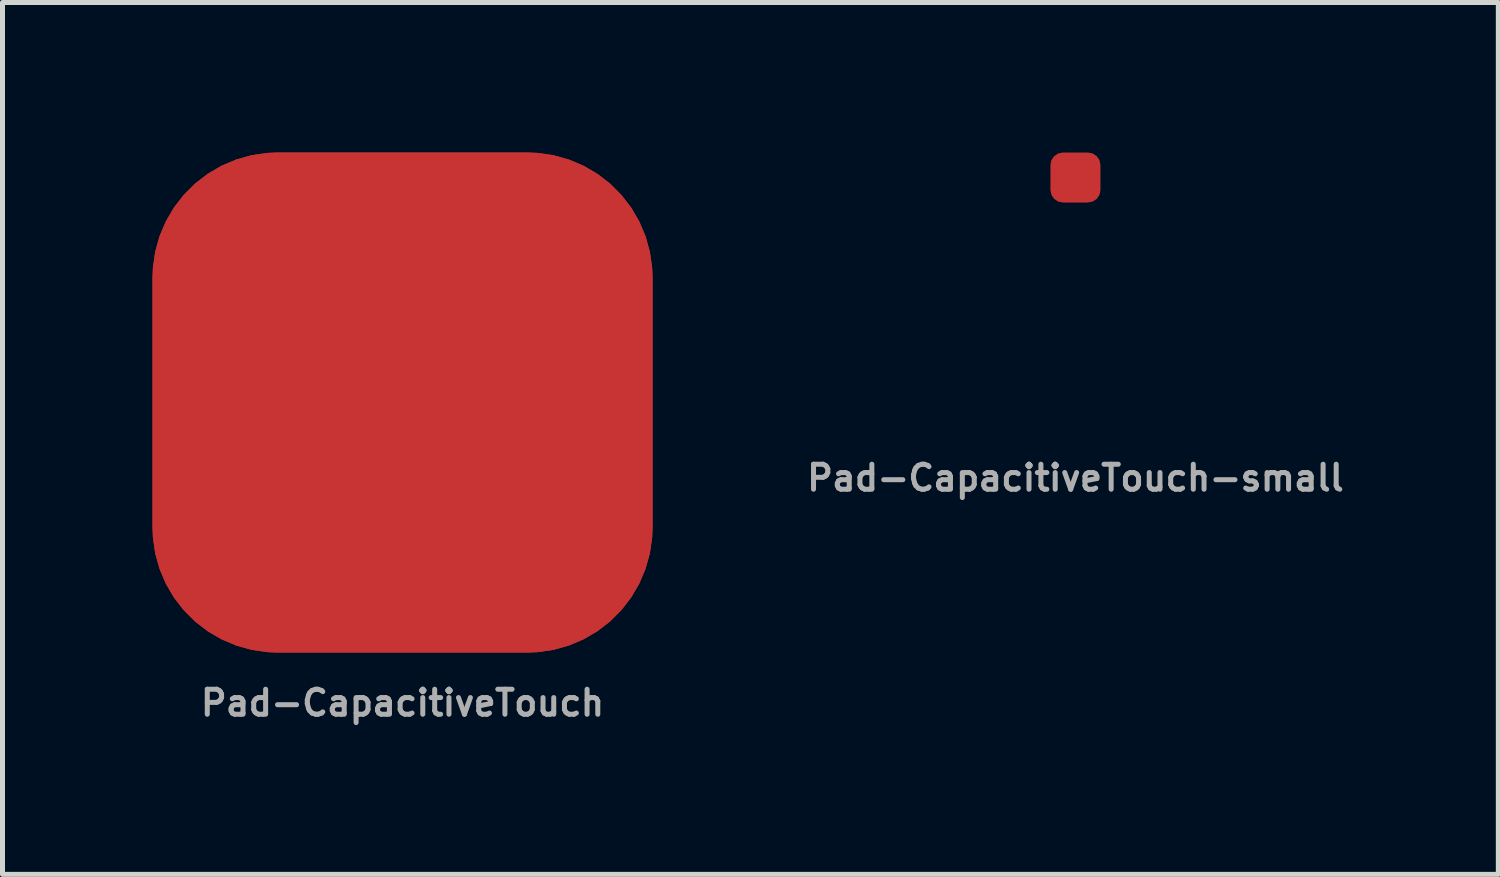
<source format=kicad_pcb>
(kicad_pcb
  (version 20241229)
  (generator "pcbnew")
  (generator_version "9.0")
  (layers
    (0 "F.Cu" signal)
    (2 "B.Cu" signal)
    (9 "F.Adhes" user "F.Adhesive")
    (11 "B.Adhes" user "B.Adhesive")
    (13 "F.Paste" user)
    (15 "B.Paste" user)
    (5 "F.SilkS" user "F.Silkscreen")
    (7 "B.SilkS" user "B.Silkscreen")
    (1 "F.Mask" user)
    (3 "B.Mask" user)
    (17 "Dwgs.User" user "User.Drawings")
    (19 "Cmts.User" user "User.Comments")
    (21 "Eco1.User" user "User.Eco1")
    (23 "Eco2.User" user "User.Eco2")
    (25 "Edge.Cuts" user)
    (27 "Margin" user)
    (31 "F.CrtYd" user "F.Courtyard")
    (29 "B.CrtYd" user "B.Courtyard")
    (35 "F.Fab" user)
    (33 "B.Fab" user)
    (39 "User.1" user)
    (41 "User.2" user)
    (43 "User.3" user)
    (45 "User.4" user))
  (footprint "Pad-CapacitiveTouch"
    (layer "F.Cu")
    (at 5 5)
    (property "Reference" "Pad-CapacitiveTouch" (at 0 6.3 180) (layer "F.Fab") (effects (font (size 0.5 0.5) (thickness 0.1) (bold yes)) (justify bottom)))
    (pad "1" smd roundrect (at 0 0) (size 10 10) (layers "F.Cu") (roundrect_rratio 0.25))
    (pad "1" smd roundrect (at 0 0) (size 10 10) (layers "F.Cu" "F.Mask") (roundrect_rratio 0.25)))
  (footprint "Pad-CapacitiveTouch-small"
    (layer "F.Cu")
    (at 18.457 0.5)
    (property "Reference" "Pad-CapacitiveTouch-small" (at 0 6.3 180) (layer "F.Fab") (effects (font (size 0.5 0.5) (thickness 0.1) (bold yes)) (justify bottom)))
    (pad "1" smd roundrect (at 0 0) (size 1 1) (layers "F.Cu") (roundrect_rratio 0.25)))
  (gr_rect
    (start -3 -3)
    (end 26.914 14.436)
    (stroke (width 0.1) (type default))
    (fill no)
    (layer "Edge.Cuts")))
</source>
